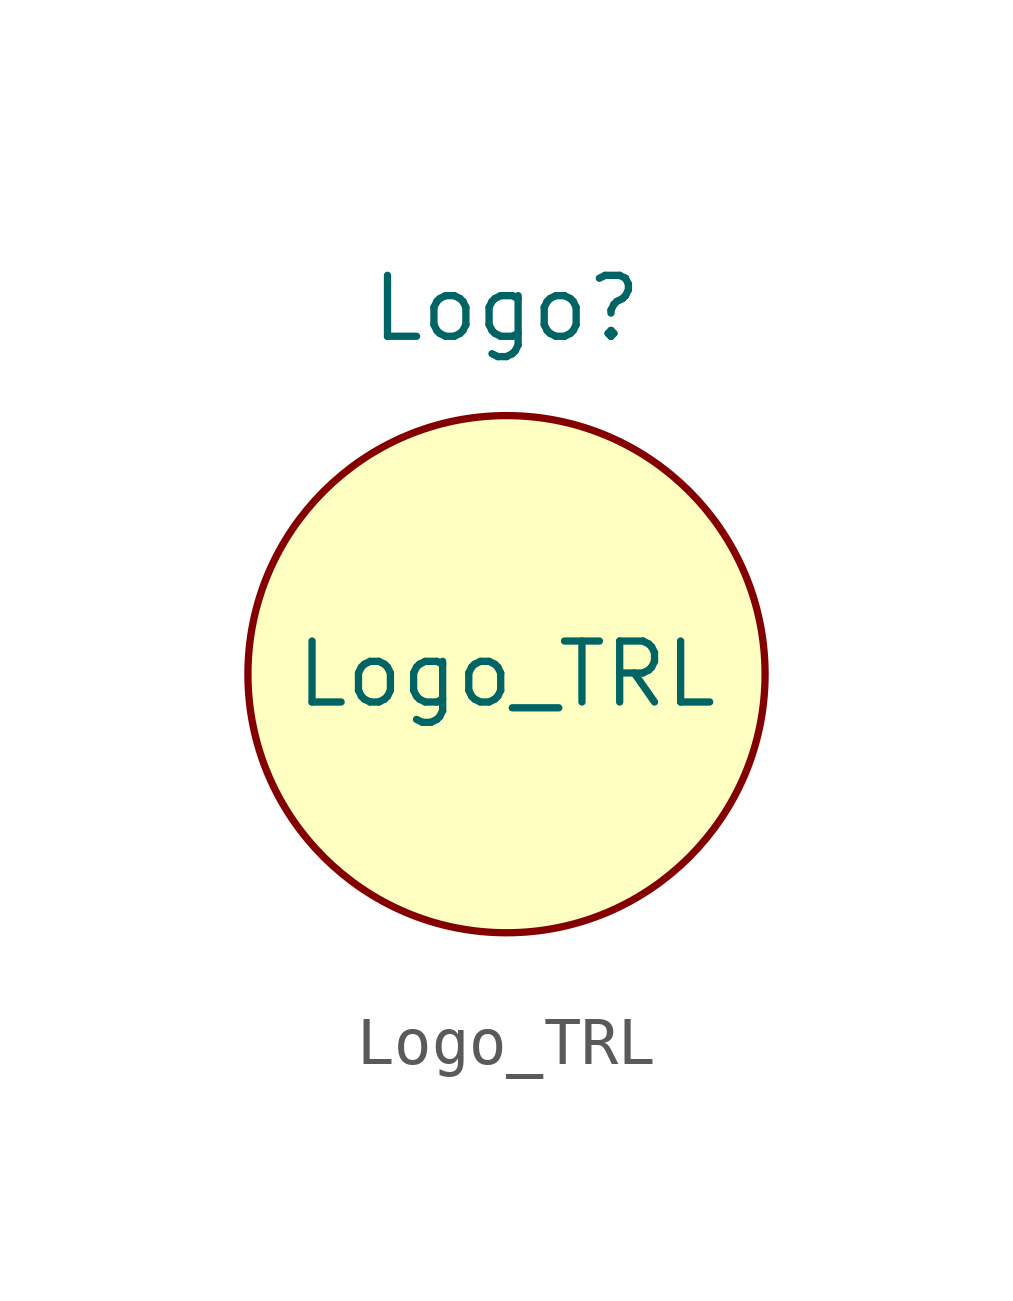
<source format=kicad_sym>
(kicad_symbol_lib
  (version 20211014)
  (generator kicad_symbol_editor)
  (symbol "Logo_TRL"
    (pin_numbers hide)
    (pin_names
      (offset 0) hide)
    (property "Reference" "Logo"
      (at 0 7.62 0)
      (effects (font (size 1.27 1.27))))
    (property "Value" "Logo_TRL"
      (at 0 0 0)
      (effects (font (size 1.27 1.27))))
    (symbol "Logo_TRL_0_1"
      (circle (center 0 0) (radius 5.388) (stroke (width 0.152) (type default) (color 0 0 0 0)) (fill (type background))))))
</source>
